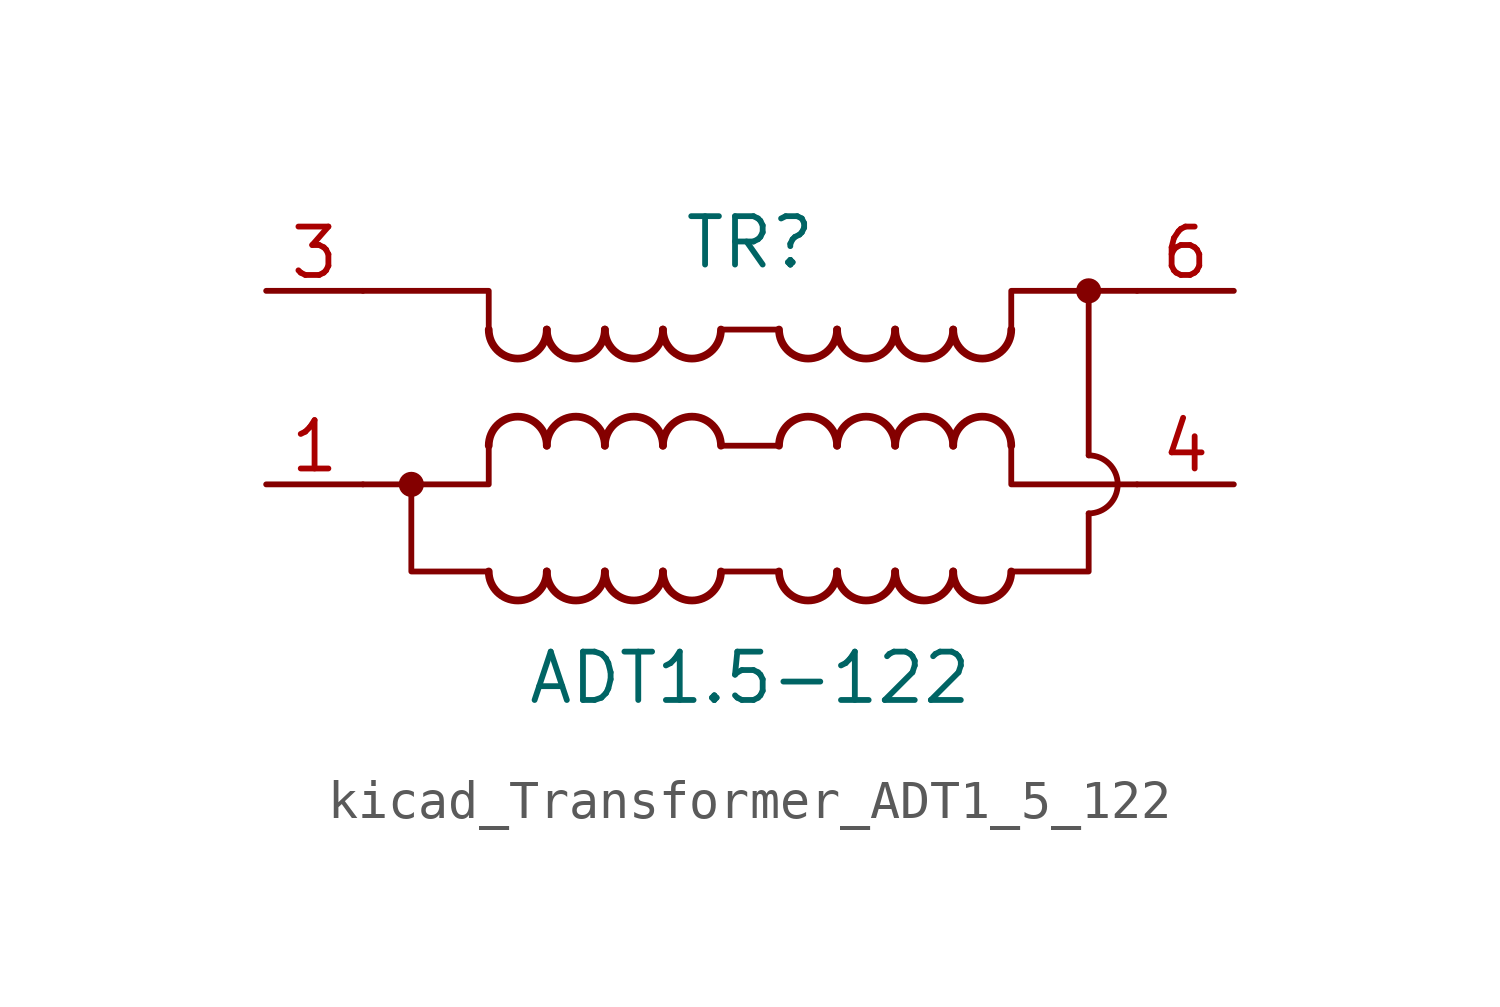
<source format=kicad_sym>
(kicad_symbol_lib
  (version 20220914)
  (generator kicad_symbol_editor)
  (symbol "kicad_Transformer_ADT1_5_122"
    (pin_names hide)
    (property "Reference" "TR"
      (at 0 3.81 0)
      (effects (font (size 1.27 1.27))))
    (property "Value" "ADT1.5-122"
      (at 0 -7.62 0)
      (effects (font (size 1.27 1.27))))
    (symbol "kicad_Transformer_ADT1_5_122_0_1"
      (circle (center -8.89 -2.54) (radius 0.254) (stroke (width 0) (type default)) (fill (type outline)))
      (arc (start -6.858 -4.826) (mid -6.096 -5.5847) (end -5.334 -4.826) (stroke (width 0.2032) (type default)) (fill (type none)))
      (arc (start -6.858 1.524) (mid -6.096 0.7653) (end -5.334 1.524) (stroke (width 0.2032) (type default)) (fill (type none)))
      (arc (start -5.334 -4.826) (mid -4.572 -5.5847) (end -3.81 -4.826) (stroke (width 0.2032) (type default)) (fill (type none)))
      (arc (start -5.334 -1.524) (mid -6.096 -0.7653) (end -6.858 -1.524) (stroke (width 0.2032) (type default)) (fill (type none)))
      (arc (start -5.334 1.524) (mid -4.572 0.7653) (end -3.81 1.524) (stroke (width 0.2032) (type default)) (fill (type none)))
      (arc (start -3.81 -4.826) (mid -3.048 -5.5847) (end -2.286 -4.826) (stroke (width 0.2032) (type default)) (fill (type none)))
      (arc (start -3.81 -1.524) (mid -4.572 -0.7653) (end -5.334 -1.524) (stroke (width 0.2032) (type default)) (fill (type none)))
      (arc (start -3.81 1.524) (mid -3.048 0.7653) (end -2.286 1.524) (stroke (width 0.2032) (type default)) (fill (type none)))
      (arc (start -2.286 -4.826) (mid -1.524 -5.5847) (end -0.762 -4.826) (stroke (width 0.2032) (type default)) (fill (type none)))
      (arc (start -2.286 -1.524) (mid -3.048 -0.7653) (end -3.81 -1.524) (stroke (width 0.2032) (type default)) (fill (type none)))
      (arc (start -2.286 1.524) (mid -1.524 0.7653) (end -0.762 1.524) (stroke (width 0.2032) (type default)) (fill (type none)))
      (arc (start -0.762 -1.524) (mid -1.524 -0.7653) (end -2.286 -1.524) (stroke (width 0.2032) (type default)) (fill (type none)))
      (polyline (pts (xy -0.762 -1.524) (xy 0.762 -1.524)) (stroke (width 0) (type default)) (fill (type none)))
      (polyline (pts (xy -0.762 1.524) (xy 0.762 1.524)) (stroke (width 0) (type default)) (fill (type none)))
      (polyline (pts (xy 0.762 -4.826) (xy -0.762 -4.826)) (stroke (width 0) (type default)) (fill (type none)))
      (polyline (pts (xy 8.89 -1.778) (xy 8.89 2.54)) (stroke (width 0) (type default)) (fill (type none)))
      (polyline (pts (xy -6.858 -4.826) (xy -8.89 -4.826) (xy -8.89 -2.54)) (stroke (width 0) (type default)) (fill (type none)))
      (polyline (pts (xy -6.858 -1.524) (xy -6.858 -2.54) (xy -10.16 -2.54)) (stroke (width 0) (type default)) (fill (type none)))
      (polyline (pts (xy -6.858 1.524) (xy -6.858 2.54) (xy -10.16 2.54)) (stroke (width 0) (type default)) (fill (type none)))
      (polyline (pts (xy 6.858 -4.826) (xy 8.89 -4.826) (xy 8.89 -3.302)) (stroke (width 0) (type default)) (fill (type none)))
      (polyline (pts (xy 6.858 -1.524) (xy 6.858 -2.54) (xy 10.16 -2.54)) (stroke (width 0) (type default)) (fill (type none)))
      (polyline (pts (xy 6.858 1.524) (xy 6.858 2.54) (xy 10.16 2.54)) (stroke (width 0) (type default)) (fill (type none)))
      (arc (start 0.762 -4.826) (mid 1.524 -5.5847) (end 2.286 -4.826) (stroke (width 0.2032) (type default)) (fill (type none)))
      (arc (start 0.762 1.524) (mid 1.524 0.7653) (end 2.286 1.524) (stroke (width 0.2032) (type default)) (fill (type none)))
      (arc (start 2.286 -4.826) (mid 3.048 -5.5847) (end 3.81 -4.826) (stroke (width 0.2032) (type default)) (fill (type none)))
      (arc (start 2.286 -1.524) (mid 1.524 -0.7653) (end 0.762 -1.524) (stroke (width 0.2032) (type default)) (fill (type none)))
      (arc (start 2.286 1.524) (mid 3.048 0.7653) (end 3.81 1.524) (stroke (width 0.2032) (type default)) (fill (type none)))
      (arc (start 3.81 -4.826) (mid 4.572 -5.5847) (end 5.334 -4.826) (stroke (width 0.2032) (type default)) (fill (type none)))
      (arc (start 3.81 -1.524) (mid 3.048 -0.7653) (end 2.286 -1.524) (stroke (width 0.2032) (type default)) (fill (type none)))
      (arc (start 3.81 1.524) (mid 4.572 0.7653) (end 5.334 1.524) (stroke (width 0.2032) (type default)) (fill (type none)))
      (arc (start 5.334 -4.826) (mid 6.096 -5.5847) (end 6.858 -4.826) (stroke (width 0.2032) (type default)) (fill (type none)))
      (arc (start 5.334 -1.524) (mid 4.572 -0.7653) (end 3.81 -1.524) (stroke (width 0.2032) (type default)) (fill (type none)))
      (arc (start 5.334 1.524) (mid 6.096 0.7653) (end 6.858 1.524) (stroke (width 0.2032) (type default)) (fill (type none)))
      (arc (start 6.858 -1.524) (mid 6.096 -0.7653) (end 5.334 -1.524) (stroke (width 0.2032) (type default)) (fill (type none)))
      (arc (start 8.89 -3.302) (mid 9.6487 -2.54) (end 8.89 -1.778) (stroke (width 0) (type default)) (fill (type none)))
      (circle (center 8.89 2.54) (radius 0.254) (stroke (width 0) (type default)) (fill (type outline))))
    (symbol "kicad_Transformer_ADT1_5_122_1_1"
      (pin passive line (at -12.7 -2.54 0) (length 2.54) (name "~" (effects (font (size 1.27 1.27)))) (number "1" (effects (font (size 1.27 1.27)))))
      (pin passive line (at -12.7 -2.54 0) (length 2.54) hide (name "~" (effects (font (size 1.27 1.27)))) (number "2" (effects (font (size 1.27 1.27)))))
      (pin passive line (at -12.7 2.54 0) (length 2.54) (name "~" (effects (font (size 1.27 1.27)))) (number "3" (effects (font (size 1.27 1.27)))))
      (pin passive line (at 12.7 -2.54 180) (length 2.54) (name "~" (effects (font (size 1.27 1.27)))) (number "4" (effects (font (size 1.27 1.27)))))
      (pin passive line (at 12.7 2.54 180) (length 2.54) (name "~" (effects (font (size 1.27 1.27)))) (number "6" (effects (font (size 1.27 1.27))))))))
</source>
